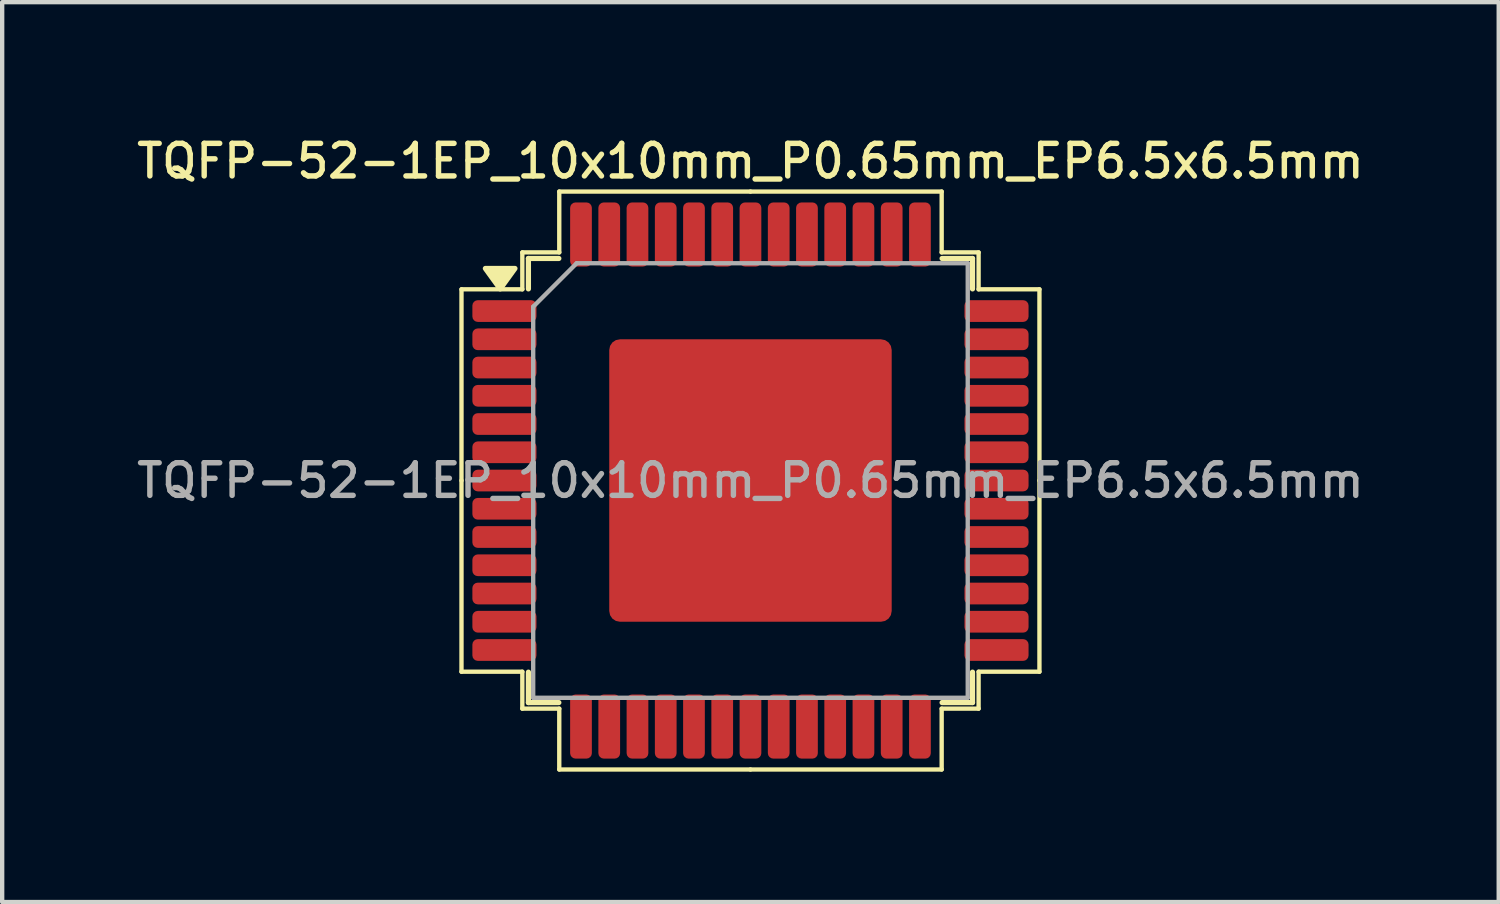
<source format=kicad_pcb>
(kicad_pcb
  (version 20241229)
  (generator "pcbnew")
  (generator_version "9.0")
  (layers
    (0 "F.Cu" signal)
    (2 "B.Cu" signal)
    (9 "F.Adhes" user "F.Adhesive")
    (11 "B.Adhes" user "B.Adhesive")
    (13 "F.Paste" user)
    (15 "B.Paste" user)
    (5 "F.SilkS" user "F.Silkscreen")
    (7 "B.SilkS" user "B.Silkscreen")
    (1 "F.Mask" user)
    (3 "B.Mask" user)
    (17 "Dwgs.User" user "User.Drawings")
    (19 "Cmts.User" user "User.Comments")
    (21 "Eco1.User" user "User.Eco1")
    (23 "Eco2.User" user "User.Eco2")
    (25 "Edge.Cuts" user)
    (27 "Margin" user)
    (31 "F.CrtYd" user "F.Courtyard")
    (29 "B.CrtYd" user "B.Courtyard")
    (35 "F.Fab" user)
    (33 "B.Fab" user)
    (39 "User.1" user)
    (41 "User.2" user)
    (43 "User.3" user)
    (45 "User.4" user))
  (footprint "TQFP-52-1EP_10x10mm_P0.65mm_EP6.5x6.5mm"
    (layer "F.Cu")
    (at 14.22 8.008)
    (property "Reference" "TQFP-52-1EP_10x10mm_P0.65mm_EP6.5x6.5mm" (at 0 -7.35 0) (layer "F.SilkS") (effects (font (size 0.75 0.75) (thickness 0.125))))
    (attr smd)
    (fp_line (start -6.65 -4.4) (end -6.65 0) (stroke (width 0.1) (type solid)) (layer "F.SilkS"))
    (fp_line (start -6.65 4.4) (end -6.65 0) (stroke (width 0.1) (type solid)) (layer "F.SilkS"))
    (fp_line (start -5.25 -5.25) (end -5.25 -4.4) (stroke (width 0.1) (type solid)) (layer "F.SilkS"))
    (fp_line (start -5.25 -4.4) (end -6.65 -4.4) (stroke (width 0.1) (type solid)) (layer "F.SilkS"))
    (fp_line (start -5.25 4.4) (end -6.65 4.4) (stroke (width 0.1) (type solid)) (layer "F.SilkS"))
    (fp_line (start -5.25 5.25) (end -5.25 4.4) (stroke (width 0.1) (type solid)) (layer "F.SilkS"))
    (fp_line (start -5.11 -5.11) (end -5.11 -4.41) (stroke (width 0.12) (type solid)) (layer "F.SilkS"))
    (fp_line (start -5.11 5.11) (end -5.11 4.41) (stroke (width 0.12) (type solid)) (layer "F.SilkS"))
    (fp_line (start -4.41 -5.11) (end -5.11 -5.11) (stroke (width 0.12) (type solid)) (layer "F.SilkS"))
    (fp_line (start -4.41 5.11) (end -5.11 5.11) (stroke (width 0.12) (type solid)) (layer "F.SilkS"))
    (fp_line (start -4.4 -6.65) (end -4.4 -5.25) (stroke (width 0.1) (type solid)) (layer "F.SilkS"))
    (fp_line (start -4.4 -5.25) (end -5.25 -5.25) (stroke (width 0.1) (type solid)) (layer "F.SilkS"))
    (fp_line (start -4.4 5.25) (end -5.25 5.25) (stroke (width 0.1) (type solid)) (layer "F.SilkS"))
    (fp_line (start -4.4 6.65) (end -4.4 5.25) (stroke (width 0.1) (type solid)) (layer "F.SilkS"))
    (fp_line (start 0 -6.65) (end -4.4 -6.65) (stroke (width 0.1) (type solid)) (layer "F.SilkS"))
    (fp_line (start 0 -6.65) (end 4.4 -6.65) (stroke (width 0.1) (type solid)) (layer "F.SilkS"))
    (fp_line (start 0 6.65) (end -4.4 6.65) (stroke (width 0.1) (type solid)) (layer "F.SilkS"))
    (fp_line (start 0 6.65) (end 4.4 6.65) (stroke (width 0.1) (type solid)) (layer "F.SilkS"))
    (fp_line (start 4.4 -6.65) (end 4.4 -5.25) (stroke (width 0.1) (type solid)) (layer "F.SilkS"))
    (fp_line (start 4.4 -5.25) (end 5.25 -5.25) (stroke (width 0.1) (type solid)) (layer "F.SilkS"))
    (fp_line (start 4.4 5.25) (end 5.25 5.25) (stroke (width 0.1) (type solid)) (layer "F.SilkS"))
    (fp_line (start 4.4 6.65) (end 4.4 5.25) (stroke (width 0.1) (type solid)) (layer "F.SilkS"))
    (fp_line (start 4.41 -5.11) (end 5.11 -5.11) (stroke (width 0.12) (type solid)) (layer "F.SilkS"))
    (fp_line (start 4.41 5.11) (end 5.11 5.11) (stroke (width 0.12) (type solid)) (layer "F.SilkS"))
    (fp_line (start 5.11 -5.11) (end 5.11 -4.41) (stroke (width 0.12) (type solid)) (layer "F.SilkS"))
    (fp_line (start 5.11 5.11) (end 5.11 4.41) (stroke (width 0.12) (type solid)) (layer "F.SilkS"))
    (fp_line (start 5.25 -5.25) (end 5.25 -4.4) (stroke (width 0.1) (type solid)) (layer "F.SilkS"))
    (fp_line (start 5.25 -4.4) (end 6.65 -4.4) (stroke (width 0.1) (type solid)) (layer "F.SilkS"))
    (fp_line (start 5.25 4.4) (end 6.65 4.4) (stroke (width 0.1) (type solid)) (layer "F.SilkS"))
    (fp_line (start 5.25 5.25) (end 5.25 4.4) (stroke (width 0.1) (type solid)) (layer "F.SilkS"))
    (fp_line (start 6.65 -4.4) (end 6.65 0) (stroke (width 0.1) (type solid)) (layer "F.SilkS"))
    (fp_line (start 6.65 4.4) (end 6.65 0) (stroke (width 0.1) (type solid)) (layer "F.SilkS"))
    (fp_poly (pts (xy -5.76 -4.41) (xy -6.1 -4.88) (xy -5.42 -4.88) (xy -5.76 -4.41)) (stroke (width 0.12) (type solid)) (fill yes) (layer "F.SilkS"))
    (fp_line (start -5 -4) (end -4 -5) (stroke (width 0.1) (type solid)) (layer "F.Fab"))
    (fp_line (start -5 5) (end -5 -4) (stroke (width 0.1) (type solid)) (layer "F.Fab"))
    (fp_line (start -4 -5) (end 5 -5) (stroke (width 0.1) (type solid)) (layer "F.Fab"))
    (fp_line (start 5 -5) (end 5 5) (stroke (width 0.1) (type solid)) (layer "F.Fab"))
    (fp_line (start 5 5) (end -5 5) (stroke (width 0.1) (type solid)) (layer "F.Fab"))
    (fp_text user "${REFERENCE}" (at 0 0 0) (layer "F.Fab") (effects (font (size 0.75 0.75) (thickness 0.125))))
    (pad "" smd roundrect (at -2.6 -2.6) (size 1.05 1.05) (layers "F.Paste") (roundrect_rratio 0.238))
    (pad "" smd roundrect (at -2.6 -1.3) (size 1.05 1.05) (layers "F.Paste") (roundrect_rratio 0.238))
    (pad "" smd roundrect (at -2.6 0) (size 1.05 1.05) (layers "F.Paste") (roundrect_rratio 0.238))
    (pad "" smd roundrect (at -2.6 1.3) (size 1.05 1.05) (layers "F.Paste") (roundrect_rratio 0.238))
    (pad "" smd roundrect (at -2.6 2.6) (size 1.05 1.05) (layers "F.Paste") (roundrect_rratio 0.238))
    (pad "" smd roundrect (at -1.3 -2.6) (size 1.05 1.05) (layers "F.Paste") (roundrect_rratio 0.238))
    (pad "" smd roundrect (at -1.3 -1.3) (size 1.05 1.05) (layers "F.Paste") (roundrect_rratio 0.238))
    (pad "" smd roundrect (at -1.3 0) (size 1.05 1.05) (layers "F.Paste") (roundrect_rratio 0.238))
    (pad "" smd roundrect (at -1.3 1.3) (size 1.05 1.05) (layers "F.Paste") (roundrect_rratio 0.238))
    (pad "" smd roundrect (at -1.3 2.6) (size 1.05 1.05) (layers "F.Paste") (roundrect_rratio 0.238))
    (pad "" smd roundrect (at 0 -2.6) (size 1.05 1.05) (layers "F.Paste") (roundrect_rratio 0.238))
    (pad "" smd roundrect (at 0 -1.3) (size 1.05 1.05) (layers "F.Paste") (roundrect_rratio 0.238))
    (pad "" smd roundrect (at 0 0) (size 1.05 1.05) (layers "F.Paste") (roundrect_rratio 0.238))
    (pad "" smd roundrect (at 0 1.3) (size 1.05 1.05) (layers "F.Paste") (roundrect_rratio 0.238))
    (pad "" smd roundrect (at 0 2.6) (size 1.05 1.05) (layers "F.Paste") (roundrect_rratio 0.238))
    (pad "" smd roundrect (at 1.3 -2.6) (size 1.05 1.05) (layers "F.Paste") (roundrect_rratio 0.238))
    (pad "" smd roundrect (at 1.3 -1.3) (size 1.05 1.05) (layers "F.Paste") (roundrect_rratio 0.238))
    (pad "" smd roundrect (at 1.3 0) (size 1.05 1.05) (layers "F.Paste") (roundrect_rratio 0.238))
    (pad "" smd roundrect (at 1.3 1.3) (size 1.05 1.05) (layers "F.Paste") (roundrect_rratio 0.238))
    (pad "" smd roundrect (at 1.3 2.6) (size 1.05 1.05) (layers "F.Paste") (roundrect_rratio 0.238))
    (pad "" smd roundrect (at 2.6 -2.6) (size 1.05 1.05) (layers "F.Paste") (roundrect_rratio 0.238))
    (pad "" smd roundrect (at 2.6 -1.3) (size 1.05 1.05) (layers "F.Paste") (roundrect_rratio 0.238))
    (pad "" smd roundrect (at 2.6 0) (size 1.05 1.05) (layers "F.Paste") (roundrect_rratio 0.238))
    (pad "" smd roundrect (at 2.6 1.3) (size 1.05 1.05) (layers "F.Paste") (roundrect_rratio 0.238))
    (pad "" smd roundrect (at 2.6 2.6) (size 1.05 1.05) (layers "F.Paste") (roundrect_rratio 0.238))
    (pad "1" smd roundrect (at -5.662 -3.9) (size 1.475 0.5) (layers "F.Cu" "F.Mask" "F.Paste") (roundrect_rratio 0.25))
    (pad "2" smd roundrect (at -5.662 -3.25) (size 1.475 0.5) (layers "F.Cu" "F.Mask" "F.Paste") (roundrect_rratio 0.25))
    (pad "3" smd roundrect (at -5.662 -2.6) (size 1.475 0.5) (layers "F.Cu" "F.Mask" "F.Paste") (roundrect_rratio 0.25))
    (pad "4" smd roundrect (at -5.662 -1.95) (size 1.475 0.5) (layers "F.Cu" "F.Mask" "F.Paste") (roundrect_rratio 0.25))
    (pad "5" smd roundrect (at -5.662 -1.3) (size 1.475 0.5) (layers "F.Cu" "F.Mask" "F.Paste") (roundrect_rratio 0.25))
    (pad "6" smd roundrect (at -5.662 -0.65) (size 1.475 0.5) (layers "F.Cu" "F.Mask" "F.Paste") (roundrect_rratio 0.25))
    (pad "7" smd roundrect (at -5.662 0) (size 1.475 0.5) (layers "F.Cu" "F.Mask" "F.Paste") (roundrect_rratio 0.25))
    (pad "8" smd roundrect (at -5.662 0.65) (size 1.475 0.5) (layers "F.Cu" "F.Mask" "F.Paste") (roundrect_rratio 0.25))
    (pad "9" smd roundrect (at -5.662 1.3) (size 1.475 0.5) (layers "F.Cu" "F.Mask" "F.Paste") (roundrect_rratio 0.25))
    (pad "10" smd roundrect (at -5.662 1.95) (size 1.475 0.5) (layers "F.Cu" "F.Mask" "F.Paste") (roundrect_rratio 0.25))
    (pad "11" smd roundrect (at -5.662 2.6) (size 1.475 0.5) (layers "F.Cu" "F.Mask" "F.Paste") (roundrect_rratio 0.25))
    (pad "12" smd roundrect (at -5.662 3.25) (size 1.475 0.5) (layers "F.Cu" "F.Mask" "F.Paste") (roundrect_rratio 0.25))
    (pad "13" smd roundrect (at -5.662 3.9) (size 1.475 0.5) (layers "F.Cu" "F.Mask" "F.Paste") (roundrect_rratio 0.25))
    (pad "14" smd roundrect (at -3.9 5.662) (size 0.5 1.475) (layers "F.Cu" "F.Mask" "F.Paste") (roundrect_rratio 0.25))
    (pad "15" smd roundrect (at -3.25 5.662) (size 0.5 1.475) (layers "F.Cu" "F.Mask" "F.Paste") (roundrect_rratio 0.25))
    (pad "16" smd roundrect (at -2.6 5.662) (size 0.5 1.475) (layers "F.Cu" "F.Mask" "F.Paste") (roundrect_rratio 0.25))
    (pad "17" smd roundrect (at -1.95 5.662) (size 0.5 1.475) (layers "F.Cu" "F.Mask" "F.Paste") (roundrect_rratio 0.25))
    (pad "18" smd roundrect (at -1.3 5.662) (size 0.5 1.475) (layers "F.Cu" "F.Mask" "F.Paste") (roundrect_rratio 0.25))
    (pad "19" smd roundrect (at -0.65 5.662) (size 0.5 1.475) (layers "F.Cu" "F.Mask" "F.Paste") (roundrect_rratio 0.25))
    (pad "20" smd roundrect (at 0 5.662) (size 0.5 1.475) (layers "F.Cu" "F.Mask" "F.Paste") (roundrect_rratio 0.25))
    (pad "21" smd roundrect (at 0.65 5.662) (size 0.5 1.475) (layers "F.Cu" "F.Mask" "F.Paste") (roundrect_rratio 0.25))
    (pad "22" smd roundrect (at 1.3 5.662) (size 0.5 1.475) (layers "F.Cu" "F.Mask" "F.Paste") (roundrect_rratio 0.25))
    (pad "23" smd roundrect (at 1.95 5.662) (size 0.5 1.475) (layers "F.Cu" "F.Mask" "F.Paste") (roundrect_rratio 0.25))
    (pad "24" smd roundrect (at 2.6 5.662) (size 0.5 1.475) (layers "F.Cu" "F.Mask" "F.Paste") (roundrect_rratio 0.25))
    (pad "25" smd roundrect (at 3.25 5.662) (size 0.5 1.475) (layers "F.Cu" "F.Mask" "F.Paste") (roundrect_rratio 0.25))
    (pad "26" smd roundrect (at 3.9 5.662) (size 0.5 1.475) (layers "F.Cu" "F.Mask" "F.Paste") (roundrect_rratio 0.25))
    (pad "27" smd roundrect (at 5.662 3.9) (size 1.475 0.5) (layers "F.Cu" "F.Mask" "F.Paste") (roundrect_rratio 0.25))
    (pad "28" smd roundrect (at 5.662 3.25) (size 1.475 0.5) (layers "F.Cu" "F.Mask" "F.Paste") (roundrect_rratio 0.25))
    (pad "29" smd roundrect (at 5.662 2.6) (size 1.475 0.5) (layers "F.Cu" "F.Mask" "F.Paste") (roundrect_rratio 0.25))
    (pad "30" smd roundrect (at 5.662 1.95) (size 1.475 0.5) (layers "F.Cu" "F.Mask" "F.Paste") (roundrect_rratio 0.25))
    (pad "31" smd roundrect (at 5.662 1.3) (size 1.475 0.5) (layers "F.Cu" "F.Mask" "F.Paste") (roundrect_rratio 0.25))
    (pad "32" smd roundrect (at 5.662 0.65) (size 1.475 0.5) (layers "F.Cu" "F.Mask" "F.Paste") (roundrect_rratio 0.25))
    (pad "33" smd roundrect (at 5.662 0) (size 1.475 0.5) (layers "F.Cu" "F.Mask" "F.Paste") (roundrect_rratio 0.25))
    (pad "34" smd roundrect (at 5.662 -0.65) (size 1.475 0.5) (layers "F.Cu" "F.Mask" "F.Paste") (roundrect_rratio 0.25))
    (pad "35" smd roundrect (at 5.662 -1.3) (size 1.475 0.5) (layers "F.Cu" "F.Mask" "F.Paste") (roundrect_rratio 0.25))
    (pad "36" smd roundrect (at 5.662 -1.95) (size 1.475 0.5) (layers "F.Cu" "F.Mask" "F.Paste") (roundrect_rratio 0.25))
    (pad "37" smd roundrect (at 5.662 -2.6) (size 1.475 0.5) (layers "F.Cu" "F.Mask" "F.Paste") (roundrect_rratio 0.25))
    (pad "38" smd roundrect (at 5.662 -3.25) (size 1.475 0.5) (layers "F.Cu" "F.Mask" "F.Paste") (roundrect_rratio 0.25))
    (pad "39" smd roundrect (at 5.662 -3.9) (size 1.475 0.5) (layers "F.Cu" "F.Mask" "F.Paste") (roundrect_rratio 0.25))
    (pad "40" smd roundrect (at 3.9 -5.662) (size 0.5 1.475) (layers "F.Cu" "F.Mask" "F.Paste") (roundrect_rratio 0.25))
    (pad "41" smd roundrect (at 3.25 -5.662) (size 0.5 1.475) (layers "F.Cu" "F.Mask" "F.Paste") (roundrect_rratio 0.25))
    (pad "42" smd roundrect (at 2.6 -5.662) (size 0.5 1.475) (layers "F.Cu" "F.Mask" "F.Paste") (roundrect_rratio 0.25))
    (pad "43" smd roundrect (at 1.95 -5.662) (size 0.5 1.475) (layers "F.Cu" "F.Mask" "F.Paste") (roundrect_rratio 0.25))
    (pad "44" smd roundrect (at 1.3 -5.662) (size 0.5 1.475) (layers "F.Cu" "F.Mask" "F.Paste") (roundrect_rratio 0.25))
    (pad "45" smd roundrect (at 0.65 -5.662) (size 0.5 1.475) (layers "F.Cu" "F.Mask" "F.Paste") (roundrect_rratio 0.25))
    (pad "46" smd roundrect (at 0 -5.662) (size 0.5 1.475) (layers "F.Cu" "F.Mask" "F.Paste") (roundrect_rratio 0.25))
    (pad "47" smd roundrect (at -0.65 -5.662) (size 0.5 1.475) (layers "F.Cu" "F.Mask" "F.Paste") (roundrect_rratio 0.25))
    (pad "48" smd roundrect (at -1.3 -5.662) (size 0.5 1.475) (layers "F.Cu" "F.Mask" "F.Paste") (roundrect_rratio 0.25))
    (pad "49" smd roundrect (at -1.95 -5.662) (size 0.5 1.475) (layers "F.Cu" "F.Mask" "F.Paste") (roundrect_rratio 0.25))
    (pad "50" smd roundrect (at -2.6 -5.662) (size 0.5 1.475) (layers "F.Cu" "F.Mask" "F.Paste") (roundrect_rratio 0.25))
    (pad "51" smd roundrect (at -3.25 -5.662) (size 0.5 1.475) (layers "F.Cu" "F.Mask" "F.Paste") (roundrect_rratio 0.25))
    (pad "52" smd roundrect (at -3.9 -5.662) (size 0.5 1.475) (layers "F.Cu" "F.Mask" "F.Paste") (roundrect_rratio 0.25))
    (pad "53" smd roundrect (at 0 0) (size 6.5 6.5) (layers "F.Cu" "F.Mask") (roundrect_rratio 0.038)))
  (gr_rect
    (start -3 -3)
    (end 31.439 17.708)
    (stroke (width 0.1) (type default))
    (fill no)
    (layer "Edge.Cuts")))
</source>
